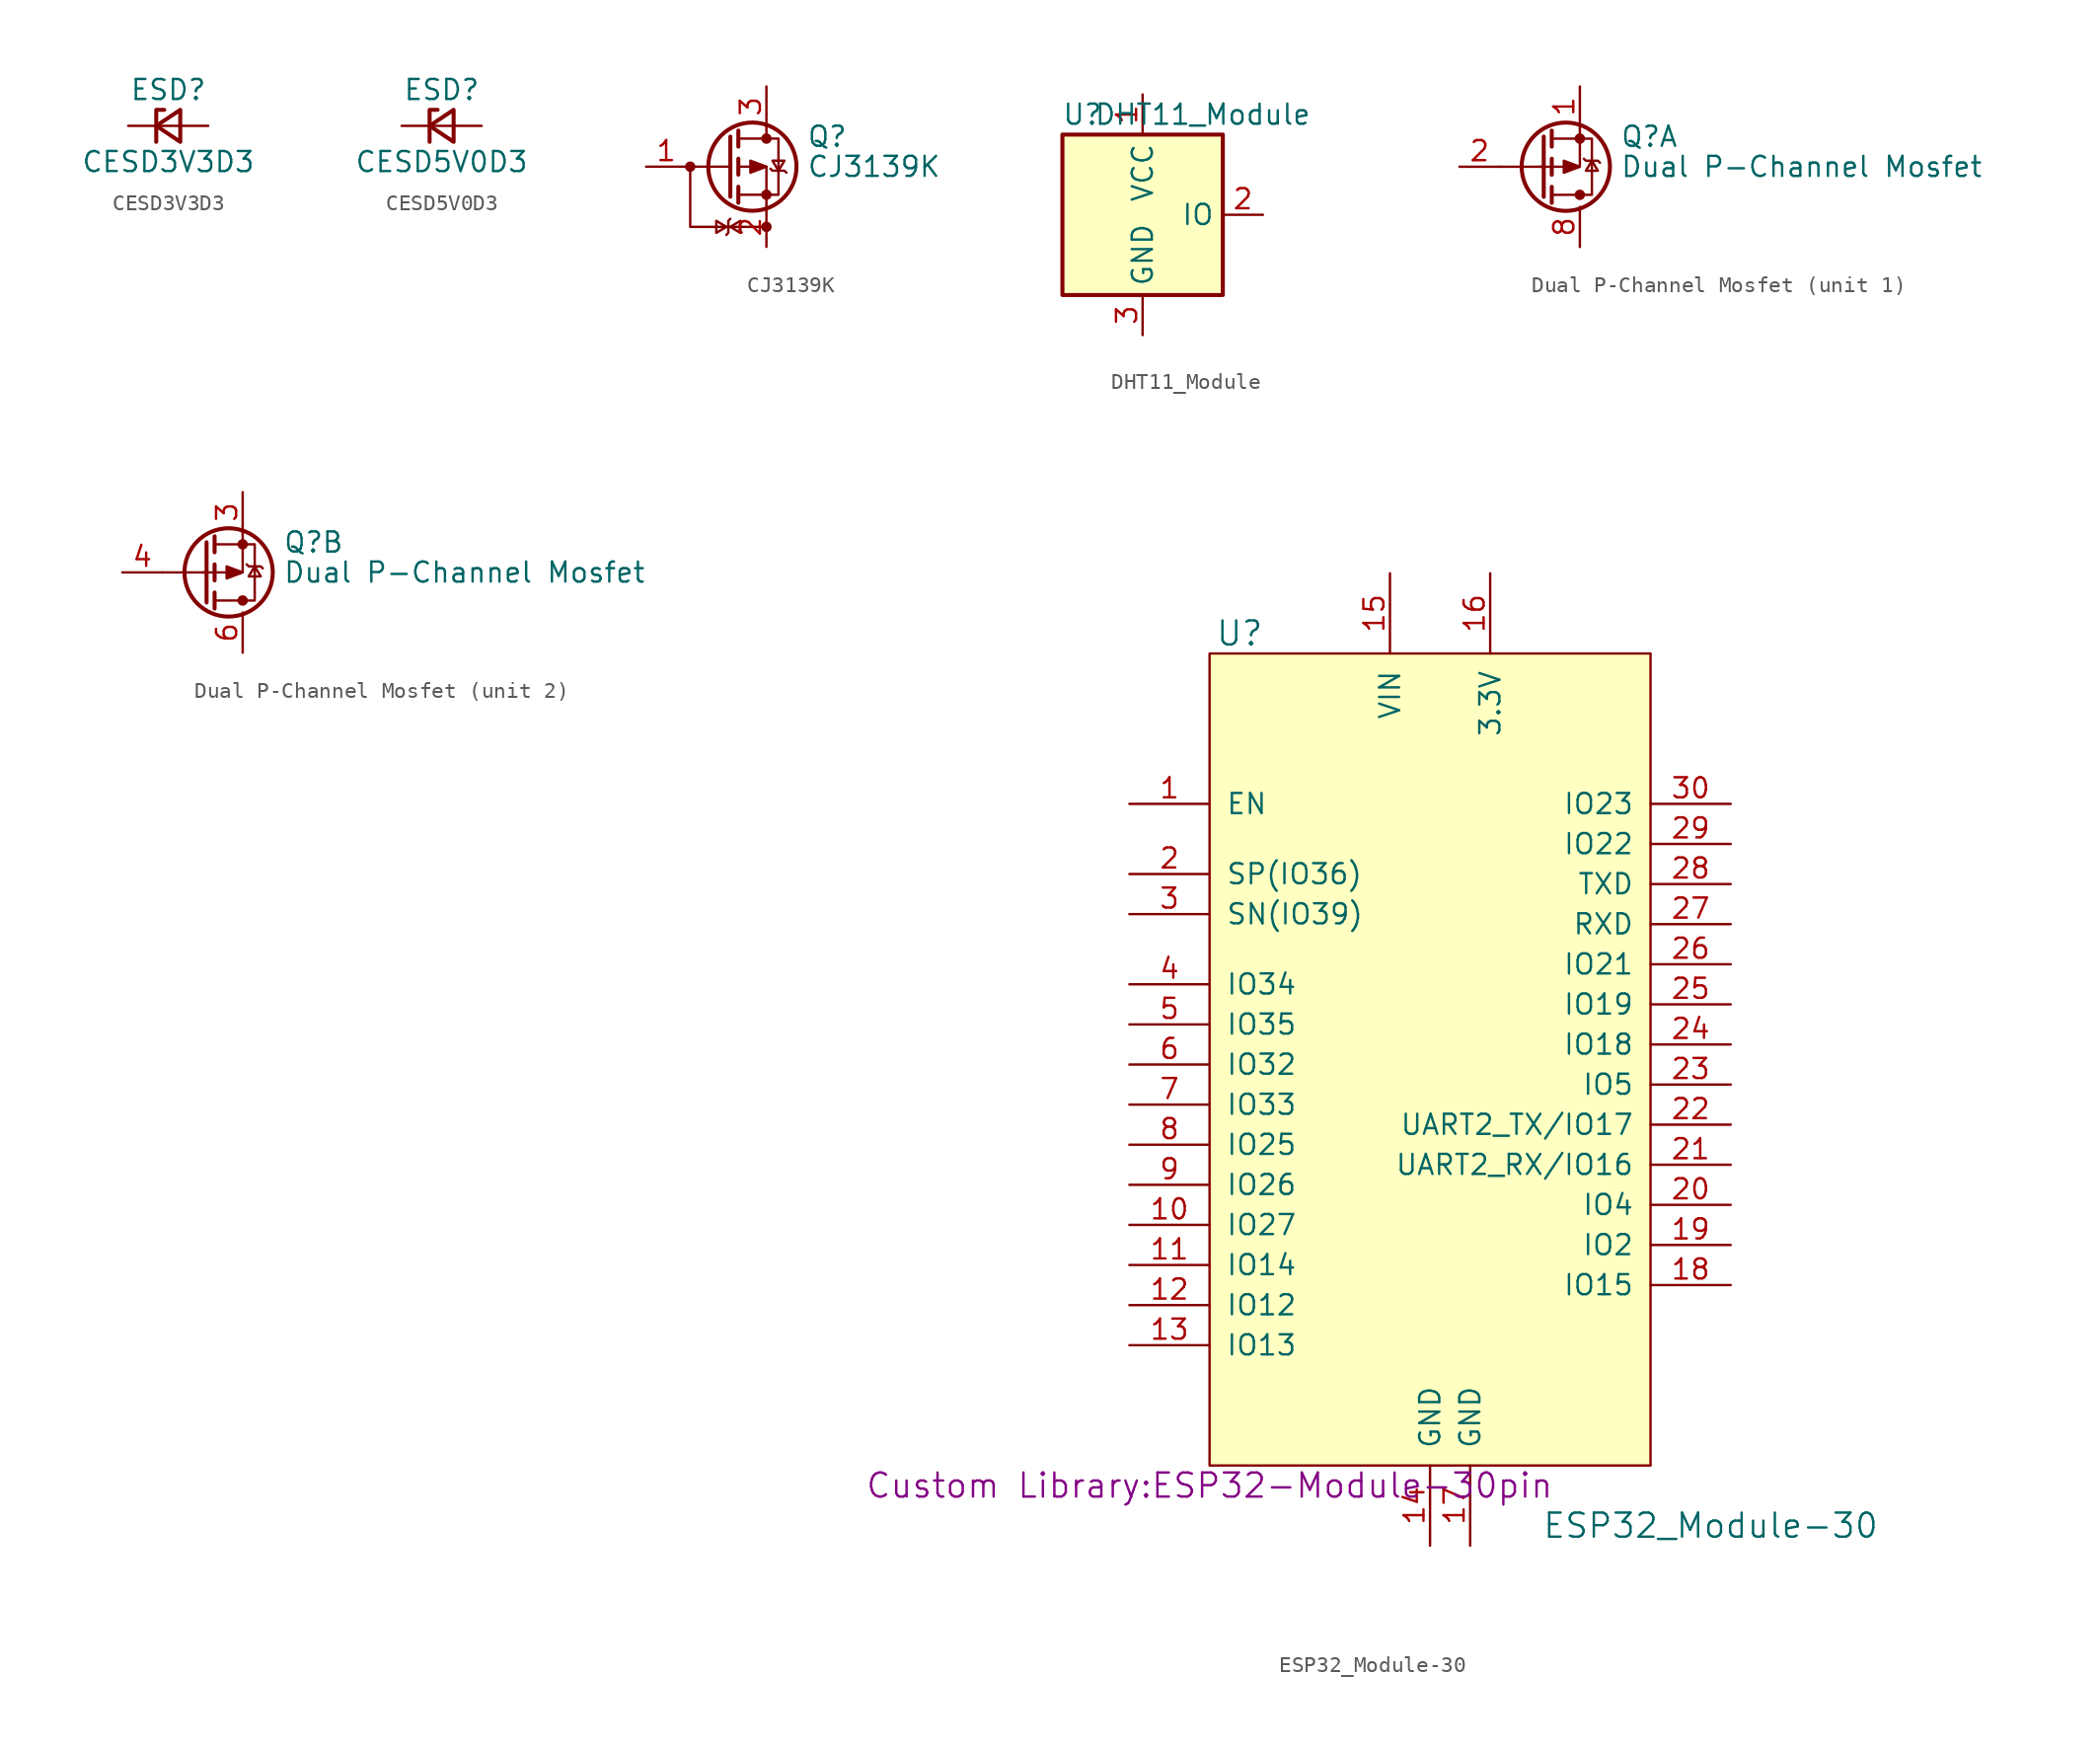
<source format=kicad_sym>
(kicad_symbol_lib
  (version 20220914)
  (generator kicad_symbol_editor)
  (symbol "CESD3V3D3"
    (pin_numbers hide)
    (pin_names
      (offset 0.254) hide)
    (property "Reference" "ESD"
      (at 0 2.286 0)
      (effects (font (size 1.27 1.27))))
    (property "Value" "CESD3V3D3"
      (at 0 -2.286 0)
      (effects (font (size 1.27 1.27))))
    (symbol "CESD3V3D3_0_1"
      (polyline (pts (xy 0.762 0) (xy -0.762 0)) (stroke (width 0) (type default)) (fill (type none)))
      (polyline (pts (xy -0.254 1.016) (xy -0.762 1.016) (xy -0.762 -1.016)) (stroke (width 0.254) (type default)) (fill (type none)))
      (polyline (pts (xy 0.762 1.016) (xy -0.762 0) (xy 0.762 -1.016) (xy 0.762 1.016)) (stroke (width 0.254) (type default)) (fill (type none))))
    (symbol "CESD3V3D3_1_1"
      (pin passive line (at -2.54 0 0) (length 1.778) (name "K" (effects (font (size 1.27 1.27)))) (number "1" (effects (font (size 1.27 1.27)))))
      (pin passive line (at 2.54 0 180) (length 1.778) (name "A" (effects (font (size 1.27 1.27)))) (number "2" (effects (font (size 1.27 1.27)))))))
  (symbol "CESD5V0D3"
    (pin_numbers hide)
    (pin_names
      (offset 0.254) hide)
    (property "Reference" "ESD"
      (at 0 2.286 0)
      (effects (font (size 1.27 1.27))))
    (property "Value" "CESD5V0D3"
      (at 0 -2.286 0)
      (effects (font (size 1.27 1.27))))
    (symbol "CESD5V0D3_0_1"
      (polyline (pts (xy 0.762 0) (xy -0.762 0)) (stroke (width 0) (type default)) (fill (type none)))
      (polyline (pts (xy -0.254 1.016) (xy -0.762 1.016) (xy -0.762 -1.016)) (stroke (width 0.254) (type default)) (fill (type none)))
      (polyline (pts (xy 0.762 1.016) (xy -0.762 0) (xy 0.762 -1.016) (xy 0.762 1.016)) (stroke (width 0.254) (type default)) (fill (type none))))
    (symbol "CESD5V0D3_1_1"
      (pin passive line (at -2.54 0 0) (length 1.778) (name "K" (effects (font (size 1.27 1.27)))) (number "1" (effects (font (size 1.27 1.27)))))
      (pin passive line (at 2.54 0 180) (length 1.778) (name "A" (effects (font (size 1.27 1.27)))) (number "2" (effects (font (size 1.27 1.27)))))))
  (symbol "CJ3139K"
    (pin_names
      (offset 0) hide)
    (property "Reference" "Q"
      (at 5.08 1.905 0)
      (effects (font (size 1.27 1.27)) (justify left)))
    (property "Value" "CJ3139K"
      (at 5.08 0 0)
      (effects (font (size 1.27 1.27)) (justify left)))
    (symbol "CJ3139K_0_1"
      (polyline (pts (xy 2.54 -3.81) (xy -2.286 -3.81) (xy -2.286 0)) (stroke (width 0) (type default)) (fill (type none))))
    (symbol "CJ3139K_1_1"
      (circle (center -2.286 0) (radius 0.254) (stroke (width 0) (type default)) (fill (type outline)))
      (polyline (pts (xy 0.254 0) (xy -2.54 0)) (stroke (width 0) (type default)) (fill (type none)))
      (polyline (pts (xy 0.254 1.905) (xy 0.254 -1.905)) (stroke (width 0.254) (type default)) (fill (type none)))
      (polyline (pts (xy 0.762 -1.27) (xy 0.762 -2.286)) (stroke (width 0.254) (type default)) (fill (type none)))
      (polyline (pts (xy 0.762 0.508) (xy 0.762 -0.508)) (stroke (width 0.254) (type default)) (fill (type none)))
      (polyline (pts (xy 0.762 2.286) (xy 0.762 1.27)) (stroke (width 0.254) (type default)) (fill (type none)))
      (polyline (pts (xy 2.54 2.54) (xy 2.54 1.778)) (stroke (width 0) (type default)) (fill (type none)))
      (polyline (pts (xy 2.54 -2.54) (xy 2.54 0) (xy 0.762 0)) (stroke (width 0) (type default)) (fill (type none)))
      (polyline (pts (xy 0 -3.81) (xy -0.635 -3.429) (xy -0.635 -4.191) (xy 0 -3.81)) (stroke (width 0) (type default)) (fill (type none)))
      (polyline (pts (xy 0.254 -3.81) (xy 0.889 -4.191) (xy 0.889 -3.429) (xy 0.254 -3.81)) (stroke (width 0) (type default)) (fill (type none)))
      (polyline (pts (xy 0.254 -3.302) (xy 0.127 -3.429) (xy 0.127 -4.191) (xy 0 -4.318)) (stroke (width 0) (type default)) (fill (type none)))
      (polyline (pts (xy 0.762 -1.778) (xy 3.302 -1.778) (xy 3.302 1.778) (xy 0.762 1.778)) (stroke (width 0) (type default)) (fill (type none)))
      (polyline (pts (xy 2.54 0) (xy 1.524 -0.381) (xy 1.524 0.381) (xy 2.54 0)) (stroke (width 0) (type default)) (fill (type outline)))
      (polyline (pts (xy 3.302 -0.254) (xy 3.683 0.381) (xy 2.921 0.381) (xy 3.302 -0.254)) (stroke (width 0) (type default)) (fill (type none)))
      (polyline (pts (xy 3.81 -0.381) (xy 3.683 -0.254) (xy 2.921 -0.254) (xy 2.794 -0.127)) (stroke (width 0) (type default)) (fill (type none)))
      (circle (center 1.651 0) (radius 2.794) (stroke (width 0.254) (type default)) (fill (type none)))
      (circle (center 2.54 -3.81) (radius 0.254) (stroke (width 0) (type default)) (fill (type outline)))
      (circle (center 2.54 -1.778) (radius 0.254) (stroke (width 0) (type default)) (fill (type outline)))
      (circle (center 2.54 1.778) (radius 0.254) (stroke (width 0) (type default)) (fill (type outline)))
      (pin input line (at -5.08 0 0) (length 2.54) (name "G" (effects (font (size 1.27 1.27)))) (number "1" (effects (font (size 1.27 1.27)))))
      (pin passive line (at 2.54 -5.08 90) (length 2.54) (name "S" (effects (font (size 1.27 1.27)))) (number "2" (effects (font (size 1.27 1.27)))))
      (pin passive line (at 2.54 5.08 270) (length 2.54) (name "D" (effects (font (size 1.27 1.27)))) (number "3" (effects (font (size 1.27 1.27)))))))
  (symbol "DHT11_Module"
    (property "Reference" "U"
      (at -3.81 6.35 0)
      (effects (font (size 1.27 1.27))))
    (property "Value" "DHT11_Module"
      (at 3.81 6.35 0)
      (effects (font (size 1.27 1.27))))
    (symbol "DHT11_Module_0_1"
      (rectangle (start -5.08 5.08) (end 5.08 -5.08) (stroke (width 0.254) (type default)) (fill (type background))))
    (symbol "DHT11_Module_1_1"
      (pin power_in line (at 0 7.62 270) (length 2.54) (name "VCC" (effects (font (size 1.27 1.27)))) (number "1" (effects (font (size 1.27 1.27)))))
      (pin bidirectional line (at 7.62 0 180) (length 2.54) (name "IO" (effects (font (size 1.27 1.27)))) (number "2" (effects (font (size 1.27 1.27)))))
      (pin power_in line (at 0 -7.62 90) (length 2.54) (name "GND" (effects (font (size 1.27 1.27)))) (number "3" (effects (font (size 1.27 1.27)))))
      (pin no_connect line (at -5.08 0 0) (length 2.54) hide (name "NC" (effects (font (size 1.27 1.27)))) (number "3" (effects (font (size 1.27 1.27)))))))
  (symbol "Dual P-Channel Mosfet"
    (pin_names hide)
    (property "Reference" "Q"
      (at 5.08 1.905 0)
      (effects (font (size 1.27 1.27)) (justify left)))
    (property "Value" "Dual P-Channel Mosfet"
      (at 5.08 0 0)
      (effects (font (size 1.27 1.27)) (justify left)))
    (symbol "Dual P-Channel Mosfet_0_1"
      (polyline (pts (xy 0.254 0) (xy -2.54 0)) (stroke (width 0) (type default)) (fill (type none)))
      (polyline (pts (xy 0.254 1.905) (xy 0.254 -1.905)) (stroke (width 0.254) (type default)) (fill (type none)))
      (polyline (pts (xy 0.762 -1.27) (xy 0.762 -2.286)) (stroke (width 0.254) (type default)) (fill (type none)))
      (polyline (pts (xy 0.762 0.508) (xy 0.762 -0.508)) (stroke (width 0.254) (type default)) (fill (type none)))
      (polyline (pts (xy 0.762 2.286) (xy 0.762 1.27)) (stroke (width 0.254) (type default)) (fill (type none)))
      (polyline (pts (xy 2.54 2.54) (xy 2.54 1.778)) (stroke (width 0) (type default)) (fill (type none)))
      (polyline (pts (xy 0 0) (xy 2.54 0) (xy 2.54 1.778)) (stroke (width 0) (type default)) (fill (type none)))
      (polyline (pts (xy 0.762 -1.778) (xy 3.302 -1.778) (xy 3.302 1.778) (xy 0.762 1.778)) (stroke (width 0) (type default)) (fill (type none)))
      (polyline (pts (xy 2.54 0) (xy 1.524 -0.381) (xy 1.524 0.381) (xy 2.54 0)) (stroke (width 0) (type default)) (fill (type outline)))
      (polyline (pts (xy 2.794 0.508) (xy 2.921 0.381) (xy 3.683 0.381) (xy 3.81 0.254)) (stroke (width 0) (type default)) (fill (type none)))
      (polyline (pts (xy 3.302 0.381) (xy 2.921 -0.254) (xy 3.683 -0.254) (xy 3.302 0.381)) (stroke (width 0) (type default)) (fill (type none)))
      (circle (center 1.651 0) (radius 2.794) (stroke (width 0.254) (type default)) (fill (type none)))
      (circle (center 2.54 -1.778) (radius 0.254) (stroke (width 0) (type default)) (fill (type outline)))
      (circle (center 2.54 1.778) (radius 0.254) (stroke (width 0) (type default)) (fill (type outline))))
    (symbol "Dual P-Channel Mosfet_1_1"
      (pin passive line (at 2.54 5.08 270) (length 2.54) (name "D" (effects (font (size 1.27 1.27)))) (number "1" (effects (font (size 1.27 1.27)))))
      (pin passive line (at -5.08 0 0) (length 2.54) (name "G" (effects (font (size 1.27 1.27)))) (number "2" (effects (font (size 1.27 1.27)))))
      (pin passive line (at 0.635 -5.08 90) (length 2.54) hide (name "S" (effects (font (size 1.27 1.27)))) (number "7" (effects (font (size 1.27 1.27)))))
      (pin passive line (at 2.54 -5.08 90) (length 2.54) (name "S" (effects (font (size 1.27 1.27)))) (number "8" (effects (font (size 1.27 1.27))))))
    (symbol "Dual P-Channel Mosfet_2_1"
      (pin passive line (at 2.54 5.08 270) (length 2.54) (name "D" (effects (font (size 1.27 1.27)))) (number "3" (effects (font (size 1.27 1.27)))))
      (pin passive line (at -5.08 0 0) (length 2.54) (name "G" (effects (font (size 1.27 1.27)))) (number "4" (effects (font (size 1.27 1.27)))))
      (pin passive line (at 0.635 -5.08 90) (length 2.54) hide (name "S" (effects (font (size 1.27 1.27)))) (number "5" (effects (font (size 1.27 1.27)))))
      (pin passive line (at 2.54 -5.08 90) (length 2.54) (name "S" (effects (font (size 1.27 1.27)))) (number "6" (effects (font (size 1.27 1.27)))))))
  (symbol "ESP32_Module-30"
    (pin_names
      (offset 1.016))
    (property "Reference" "U"
      (at -13.335 28.575 0)
      (effects (font (size 1.524 1.524))))
    (property "Value" "ESP32_Module-30"
      (at 16.51 -27.94 0)
      (effects (font (size 1.524 1.524))))
    (property "Footprint" "Custom Library:ESP32-Module-30pin"
      (at -15.24 -25.4 0)
      (effects (font (size 1.524 1.524))))
    (property "Datasheet" ""
      (at -15.24 -25.4 0)
      (effects (font (size 1.524 1.524))))
    (symbol "ESP32_Module-30_0_1"
      (rectangle (start -15.24 27.305) (end 12.7 -24.13) (stroke (width 0.152) (type default)) (fill (type background))))
    (symbol "ESP32_Module-30_1_1"
      (pin input line (at -20.32 17.78 0) (length 5.08) (name "EN" (effects (font (size 1.27 1.27)))) (number "1" (effects (font (size 1.27 1.27)))))
      (pin input line (at -20.32 -8.89 0) (length 5.08) (name "IO27" (effects (font (size 1.27 1.27)))) (number "10" (effects (font (size 1.27 1.27)))))
      (pin input line (at -20.32 -11.43 0) (length 5.08) (name "IO14" (effects (font (size 1.27 1.27)))) (number "11" (effects (font (size 1.27 1.27)))))
      (pin input line (at -20.32 -13.97 0) (length 5.08) (name "IO12" (effects (font (size 1.27 1.27)))) (number "12" (effects (font (size 1.27 1.27)))))
      (pin input line (at -20.32 -16.51 0) (length 5.08) (name "IO13" (effects (font (size 1.27 1.27)))) (number "13" (effects (font (size 1.27 1.27)))))
      (pin input line (at -1.27 -29.21 90) (length 5.08) (name "GND" (effects (font (size 1.27 1.27)))) (number "14" (effects (font (size 1.27 1.27)))))
      (pin input line (at -3.81 32.385 270) (length 5.08) (name "VIN" (effects (font (size 1.27 1.27)))) (number "15" (effects (font (size 1.27 1.27)))))
      (pin input line (at 2.54 32.385 270) (length 5.08) (name "3.3V" (effects (font (size 1.27 1.27)))) (number "16" (effects (font (size 1.27 1.27)))))
      (pin input line (at 1.27 -29.21 90) (length 5.08) (name "GND" (effects (font (size 1.27 1.27)))) (number "17" (effects (font (size 1.27 1.27)))))
      (pin input line (at 17.78 -12.7 180) (length 5.08) (name "IO15" (effects (font (size 1.27 1.27)))) (number "18" (effects (font (size 1.27 1.27)))))
      (pin input line (at 17.78 -10.16 180) (length 5.08) (name "IO2" (effects (font (size 1.27 1.27)))) (number "19" (effects (font (size 1.27 1.27)))))
      (pin input line (at -20.32 13.335 0) (length 5.08) (name "SP(IO36)" (effects (font (size 1.27 1.27)))) (number "2" (effects (font (size 1.27 1.27)))))
      (pin input line (at 17.78 -7.62 180) (length 5.08) (name "IO4" (effects (font (size 1.27 1.27)))) (number "20" (effects (font (size 1.27 1.27)))))
      (pin input line (at 17.78 -5.08 180) (length 5.08) (name "UART2_RX/IO16" (effects (font (size 1.27 1.27)))) (number "21" (effects (font (size 1.27 1.27)))))
      (pin input line (at 17.78 -2.54 180) (length 5.08) (name "UART2_TX/IO17" (effects (font (size 1.27 1.27)))) (number "22" (effects (font (size 1.27 1.27)))))
      (pin input line (at 17.78 0 180) (length 5.08) (name "IO5" (effects (font (size 1.27 1.27)))) (number "23" (effects (font (size 1.27 1.27)))))
      (pin input line (at 17.78 2.54 180) (length 5.08) (name "IO18" (effects (font (size 1.27 1.27)))) (number "24" (effects (font (size 1.27 1.27)))))
      (pin input line (at 17.78 5.08 180) (length 5.08) (name "IO19" (effects (font (size 1.27 1.27)))) (number "25" (effects (font (size 1.27 1.27)))))
      (pin input line (at 17.78 7.62 180) (length 5.08) (name "IO21" (effects (font (size 1.27 1.27)))) (number "26" (effects (font (size 1.27 1.27)))))
      (pin input line (at 17.78 10.16 180) (length 5.08) (name "RXD" (effects (font (size 1.27 1.27)))) (number "27" (effects (font (size 1.27 1.27)))))
      (pin input line (at 17.78 12.7 180) (length 5.08) (name "TXD" (effects (font (size 1.27 1.27)))) (number "28" (effects (font (size 1.27 1.27)))))
      (pin input line (at 17.78 15.24 180) (length 5.08) (name "IO22" (effects (font (size 1.27 1.27)))) (number "29" (effects (font (size 1.27 1.27)))))
      (pin input line (at -20.32 10.795 0) (length 5.08) (name "SN(IO39)" (effects (font (size 1.27 1.27)))) (number "3" (effects (font (size 1.27 1.27)))))
      (pin input line (at 17.78 17.78 180) (length 5.08) (name "IO23" (effects (font (size 1.27 1.27)))) (number "30" (effects (font (size 1.27 1.27)))))
      (pin input line (at -20.32 6.35 0) (length 5.08) (name "IO34" (effects (font (size 1.27 1.27)))) (number "4" (effects (font (size 1.27 1.27)))))
      (pin input line (at -20.32 3.81 0) (length 5.08) (name "IO35" (effects (font (size 1.27 1.27)))) (number "5" (effects (font (size 1.27 1.27)))))
      (pin input line (at -20.32 1.27 0) (length 5.08) (name "IO32" (effects (font (size 1.27 1.27)))) (number "6" (effects (font (size 1.27 1.27)))))
      (pin input line (at -20.32 -1.27 0) (length 5.08) (name "IO33" (effects (font (size 1.27 1.27)))) (number "7" (effects (font (size 1.27 1.27)))))
      (pin input line (at -20.32 -3.81 0) (length 5.08) (name "IO25" (effects (font (size 1.27 1.27)))) (number "8" (effects (font (size 1.27 1.27)))))
      (pin input line (at -20.32 -6.35 0) (length 5.08) (name "IO26" (effects (font (size 1.27 1.27)))) (number "9" (effects (font (size 1.27 1.27))))))))
</source>
